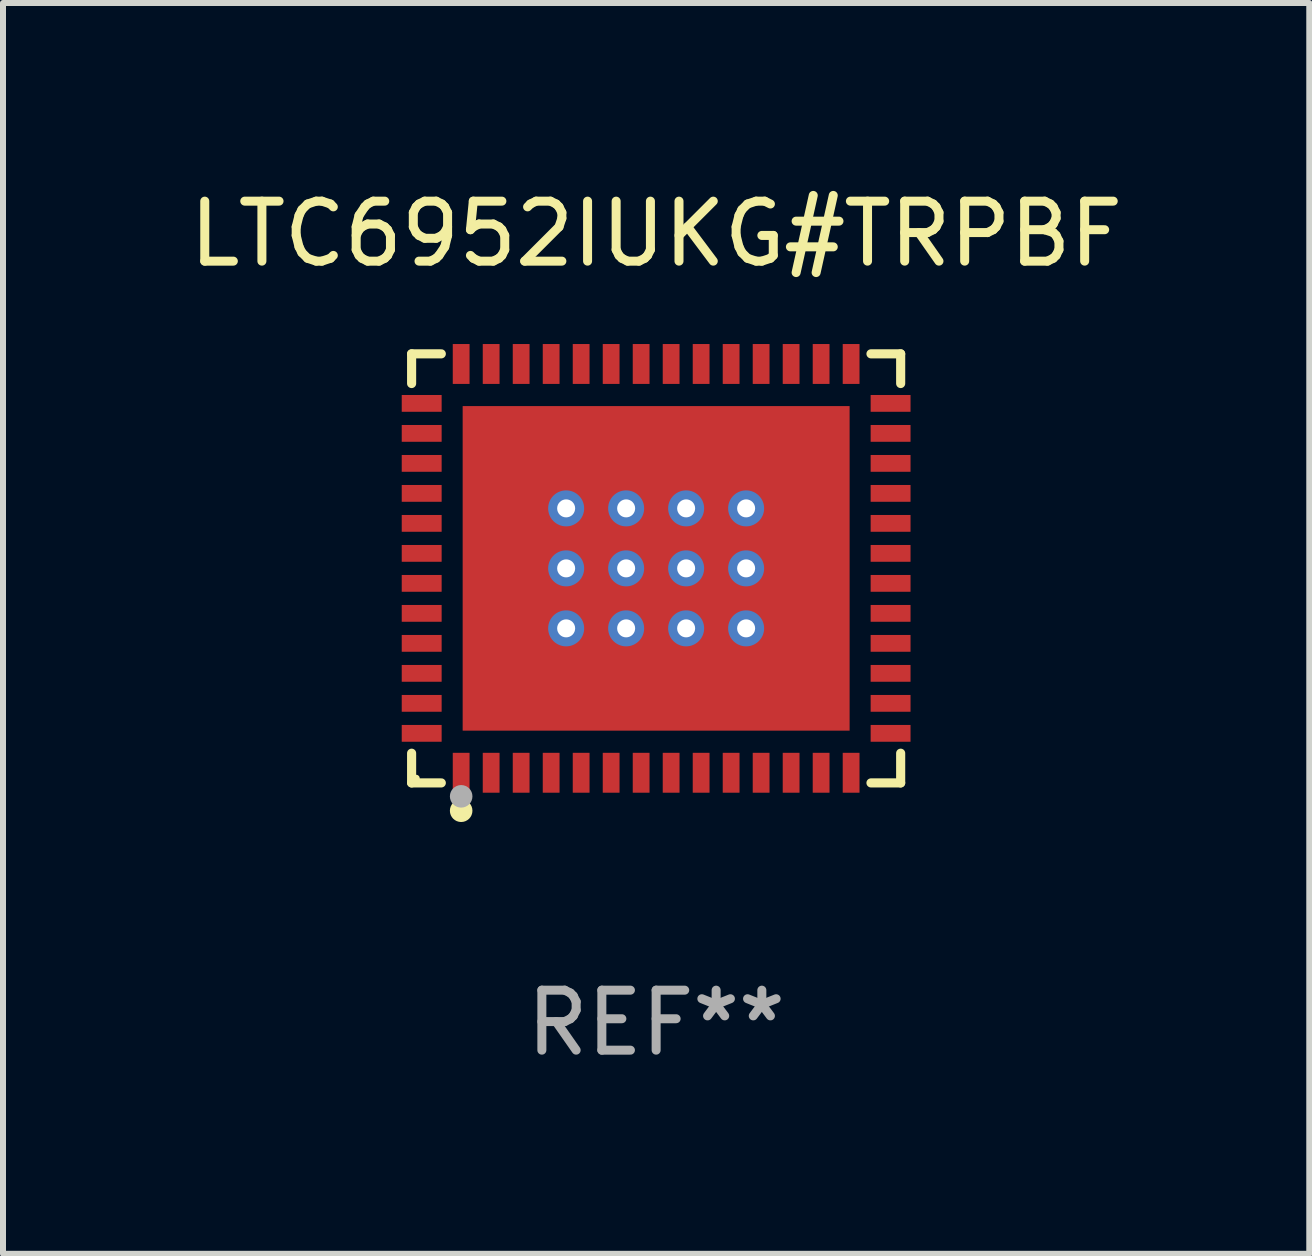
<source format=kicad_pcb>
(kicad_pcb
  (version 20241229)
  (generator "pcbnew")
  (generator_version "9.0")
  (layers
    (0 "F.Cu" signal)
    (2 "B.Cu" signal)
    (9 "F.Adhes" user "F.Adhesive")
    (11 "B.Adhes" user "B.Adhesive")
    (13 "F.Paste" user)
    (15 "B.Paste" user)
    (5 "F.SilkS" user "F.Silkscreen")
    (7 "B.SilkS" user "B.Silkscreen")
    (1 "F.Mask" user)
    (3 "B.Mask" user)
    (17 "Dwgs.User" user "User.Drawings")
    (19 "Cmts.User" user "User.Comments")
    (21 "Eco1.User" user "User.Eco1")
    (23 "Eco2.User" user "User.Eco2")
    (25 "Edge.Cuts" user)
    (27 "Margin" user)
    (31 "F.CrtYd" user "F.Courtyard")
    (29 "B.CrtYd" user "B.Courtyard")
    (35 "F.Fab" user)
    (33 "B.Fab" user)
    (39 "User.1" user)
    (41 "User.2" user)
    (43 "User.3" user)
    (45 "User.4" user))
  (footprint "LTC6952IUKG#TRPBF"
    (layer "F.Cu")
    (at 7.887 6.424)
    (property "Reference" "LTC6952IUKG#TRPBF" (at 0 -5.576 0) (layer "F.SilkS") (effects (font (size 1 1) (thickness 0.15))))
    (attr through_hole)
    (fp_line (start -4.076 -3.576) (end -3.581 -3.576) (stroke (width 0.152) (type solid)) (layer "F.SilkS"))
    (fp_line (start -4.076 -3.081) (end -4.076 -3.576) (stroke (width 0.152) (type solid)) (layer "F.SilkS"))
    (fp_line (start -4.076 3.081) (end -4.076 3.576) (stroke (width 0.152) (type solid)) (layer "F.SilkS"))
    (fp_line (start -4.076 3.576) (end -3.581 3.576) (stroke (width 0.152) (type solid)) (layer "F.SilkS"))
    (fp_line (start 4.076 -3.576) (end 3.581 -3.576) (stroke (width 0.152) (type solid)) (layer "F.SilkS"))
    (fp_line (start 4.076 -3.081) (end 4.076 -3.576) (stroke (width 0.152) (type solid)) (layer "F.SilkS"))
    (fp_line (start 4.076 3.081) (end 4.076 3.576) (stroke (width 0.152) (type solid)) (layer "F.SilkS"))
    (fp_line (start 4.076 3.576) (end 3.581 3.576) (stroke (width 0.152) (type solid)) (layer "F.SilkS"))
    (fp_circle (center -4 3.5) (end -3.97 3.5) (stroke (width 0.06) (type solid)) (fill no) (layer "F.SilkS"))
    (fp_circle (center -3.25 4.04) (end -3.156 4.04) (stroke (width 0.188) (type solid)) (fill no) (layer "F.SilkS"))
    (fp_circle (center -3.25 3.8) (end -3.156 3.8) (stroke (width 0.188) (type solid)) (fill no) (layer "F.Fab"))
    (fp_text user "REF**" (at 0 7.576 0) (layer "F.Fab") (effects (font (size 1 1) (thickness 0.15))))
    (pad "1" smd rect (at -3.25 3.407) (size 0.28 0.665) (layers "F.Cu" "F.Mask" "F.Paste"))
    (pad "2" smd rect (at -2.75 3.407) (size 0.28 0.665) (layers "F.Cu" "F.Mask" "F.Paste"))
    (pad "3" smd rect (at -2.25 3.407) (size 0.28 0.665) (layers "F.Cu" "F.Mask" "F.Paste"))
    (pad "4" smd rect (at -1.75 3.407) (size 0.28 0.665) (layers "F.Cu" "F.Mask" "F.Paste"))
    (pad "5" smd rect (at -1.25 3.407) (size 0.28 0.665) (layers "F.Cu" "F.Mask" "F.Paste"))
    (pad "6" smd rect (at -0.75 3.407) (size 0.28 0.665) (layers "F.Cu" "F.Mask" "F.Paste"))
    (pad "7" smd rect (at -0.25 3.407) (size 0.28 0.665) (layers "F.Cu" "F.Mask" "F.Paste"))
    (pad "8" smd rect (at 0.25 3.407) (size 0.28 0.665) (layers "F.Cu" "F.Mask" "F.Paste"))
    (pad "9" smd rect (at 0.75 3.407) (size 0.28 0.665) (layers "F.Cu" "F.Mask" "F.Paste"))
    (pad "10" smd rect (at 1.25 3.407) (size 0.28 0.665) (layers "F.Cu" "F.Mask" "F.Paste"))
    (pad "11" smd rect (at 1.75 3.407) (size 0.28 0.665) (layers "F.Cu" "F.Mask" "F.Paste"))
    (pad "12" smd rect (at 2.25 3.407) (size 0.28 0.665) (layers "F.Cu" "F.Mask" "F.Paste"))
    (pad "13" smd rect (at 2.75 3.407) (size 0.28 0.665) (layers "F.Cu" "F.Mask" "F.Paste"))
    (pad "14" smd rect (at 3.25 3.407) (size 0.28 0.665) (layers "F.Cu" "F.Mask" "F.Paste"))
    (pad "15" smd rect (at 3.908 2.75) (size 0.665 0.28) (layers "F.Cu" "F.Mask" "F.Paste"))
    (pad "16" smd rect (at 3.908 2.25) (size 0.665 0.28) (layers "F.Cu" "F.Mask" "F.Paste"))
    (pad "17" smd rect (at 3.908 1.75) (size 0.665 0.28) (layers "F.Cu" "F.Mask" "F.Paste"))
    (pad "18" smd rect (at 3.908 1.25) (size 0.665 0.28) (layers "F.Cu" "F.Mask" "F.Paste"))
    (pad "19" smd rect (at 3.908 0.75) (size 0.665 0.28) (layers "F.Cu" "F.Mask" "F.Paste"))
    (pad "20" smd rect (at 3.908 0.25) (size 0.665 0.28) (layers "F.Cu" "F.Mask" "F.Paste"))
    (pad "21" smd rect (at 3.908 -0.25) (size 0.665 0.28) (layers "F.Cu" "F.Mask" "F.Paste"))
    (pad "22" smd rect (at 3.908 -0.75) (size 0.665 0.28) (layers "F.Cu" "F.Mask" "F.Paste"))
    (pad "23" smd rect (at 3.908 -1.25) (size 0.665 0.28) (layers "F.Cu" "F.Mask" "F.Paste"))
    (pad "24" smd rect (at 3.908 -1.75) (size 0.665 0.28) (layers "F.Cu" "F.Mask" "F.Paste"))
    (pad "25" smd rect (at 3.908 -2.25) (size 0.665 0.28) (layers "F.Cu" "F.Mask" "F.Paste"))
    (pad "26" smd rect (at 3.908 -2.75) (size 0.665 0.28) (layers "F.Cu" "F.Mask" "F.Paste"))
    (pad "27" smd rect (at 3.25 -3.407) (size 0.28 0.665) (layers "F.Cu" "F.Mask" "F.Paste"))
    (pad "28" smd rect (at 2.75 -3.407) (size 0.28 0.665) (layers "F.Cu" "F.Mask" "F.Paste"))
    (pad "29" smd rect (at 2.25 -3.407) (size 0.28 0.665) (layers "F.Cu" "F.Mask" "F.Paste"))
    (pad "30" smd rect (at 1.75 -3.407) (size 0.28 0.665) (layers "F.Cu" "F.Mask" "F.Paste"))
    (pad "31" smd rect (at 1.25 -3.407) (size 0.28 0.665) (layers "F.Cu" "F.Mask" "F.Paste"))
    (pad "32" smd rect (at 0.75 -3.407) (size 0.28 0.665) (layers "F.Cu" "F.Mask" "F.Paste"))
    (pad "33" smd rect (at 0.25 -3.407) (size 0.28 0.665) (layers "F.Cu" "F.Mask" "F.Paste"))
    (pad "34" smd rect (at -0.25 -3.407) (size 0.28 0.665) (layers "F.Cu" "F.Mask" "F.Paste"))
    (pad "35" smd rect (at -0.75 -3.407) (size 0.28 0.665) (layers "F.Cu" "F.Mask" "F.Paste"))
    (pad "36" smd rect (at -1.25 -3.407) (size 0.28 0.665) (layers "F.Cu" "F.Mask" "F.Paste"))
    (pad "37" smd rect (at -1.75 -3.407) (size 0.28 0.665) (layers "F.Cu" "F.Mask" "F.Paste"))
    (pad "38" smd rect (at -2.25 -3.407) (size 0.28 0.665) (layers "F.Cu" "F.Mask" "F.Paste"))
    (pad "39" smd rect (at -2.75 -3.407) (size 0.28 0.665) (layers "F.Cu" "F.Mask" "F.Paste"))
    (pad "40" smd rect (at -3.25 -3.407) (size 0.28 0.665) (layers "F.Cu" "F.Mask" "F.Paste"))
    (pad "41" smd rect (at -3.908 -2.75) (size 0.665 0.28) (layers "F.Cu" "F.Mask" "F.Paste"))
    (pad "42" smd rect (at -3.908 -2.25) (size 0.665 0.28) (layers "F.Cu" "F.Mask" "F.Paste"))
    (pad "43" smd rect (at -3.908 -1.75) (size 0.665 0.28) (layers "F.Cu" "F.Mask" "F.Paste"))
    (pad "44" smd rect (at -3.908 -1.25) (size 0.665 0.28) (layers "F.Cu" "F.Mask" "F.Paste"))
    (pad "45" smd rect (at -3.908 -0.75) (size 0.665 0.28) (layers "F.Cu" "F.Mask" "F.Paste"))
    (pad "46" smd rect (at -3.908 -0.25) (size 0.665 0.28) (layers "F.Cu" "F.Mask" "F.Paste"))
    (pad "47" smd rect (at -3.908 0.25) (size 0.665 0.28) (layers "F.Cu" "F.Mask" "F.Paste"))
    (pad "48" smd rect (at -3.908 0.75) (size 0.665 0.28) (layers "F.Cu" "F.Mask" "F.Paste"))
    (pad "49" smd rect (at -3.908 1.25) (size 0.665 0.28) (layers "F.Cu" "F.Mask" "F.Paste"))
    (pad "50" smd rect (at -3.908 1.75) (size 0.665 0.28) (layers "F.Cu" "F.Mask" "F.Paste"))
    (pad "51" smd rect (at -3.908 2.25) (size 0.665 0.28) (layers "F.Cu" "F.Mask" "F.Paste"))
    (pad "52" smd rect (at -3.908 2.75) (size 0.665 0.28) (layers "F.Cu" "F.Mask" "F.Paste"))
    (pad "53" thru_hole circle (at -1.5 -1) (size 0.6 0.6) (drill 0.3) (layers "*.Cu" "*.Mask"))
    (pad "53" thru_hole circle (at -1.5 0) (size 0.6 0.6) (drill 0.3) (layers "*.Cu" "*.Mask"))
    (pad "53" thru_hole circle (at -1.5 1) (size 0.6 0.6) (drill 0.3) (layers "*.Cu" "*.Mask"))
    (pad "53" thru_hole circle (at -0.5 -1) (size 0.6 0.6) (drill 0.3) (layers "*.Cu" "*.Mask"))
    (pad "53" thru_hole circle (at -0.5 0) (size 0.6 0.6) (drill 0.3) (layers "*.Cu" "*.Mask"))
    (pad "53" thru_hole circle (at -0.5 1) (size 0.6 0.6) (drill 0.3) (layers "*.Cu" "*.Mask"))
    (pad "53" smd rect (at 0 0) (size 6.45 5.41) (layers "F.Cu" "F.Mask" "F.Paste"))
    (pad "53" thru_hole circle (at 0.5 -1) (size 0.6 0.6) (drill 0.3) (layers "*.Cu" "*.Mask"))
    (pad "53" thru_hole circle (at 0.5 0) (size 0.6 0.6) (drill 0.3) (layers "*.Cu" "*.Mask"))
    (pad "53" thru_hole circle (at 0.5 1) (size 0.6 0.6) (drill 0.3) (layers "*.Cu" "*.Mask"))
    (pad "53" thru_hole circle (at 1.5 -1) (size 0.6 0.6) (drill 0.3) (layers "*.Cu" "*.Mask"))
    (pad "53" thru_hole circle (at 1.5 0) (size 0.6 0.6) (drill 0.3) (layers "*.Cu" "*.Mask"))
    (pad "53" thru_hole circle (at 1.5 1) (size 0.6 0.6) (drill 0.3) (layers "*.Cu" "*.Mask")))
  (gr_rect
    (start -3 -3)
    (end 18.774 17.849)
    (stroke (width 0.1) (type default))
    (fill no)
    (layer "Edge.Cuts")))
</source>
